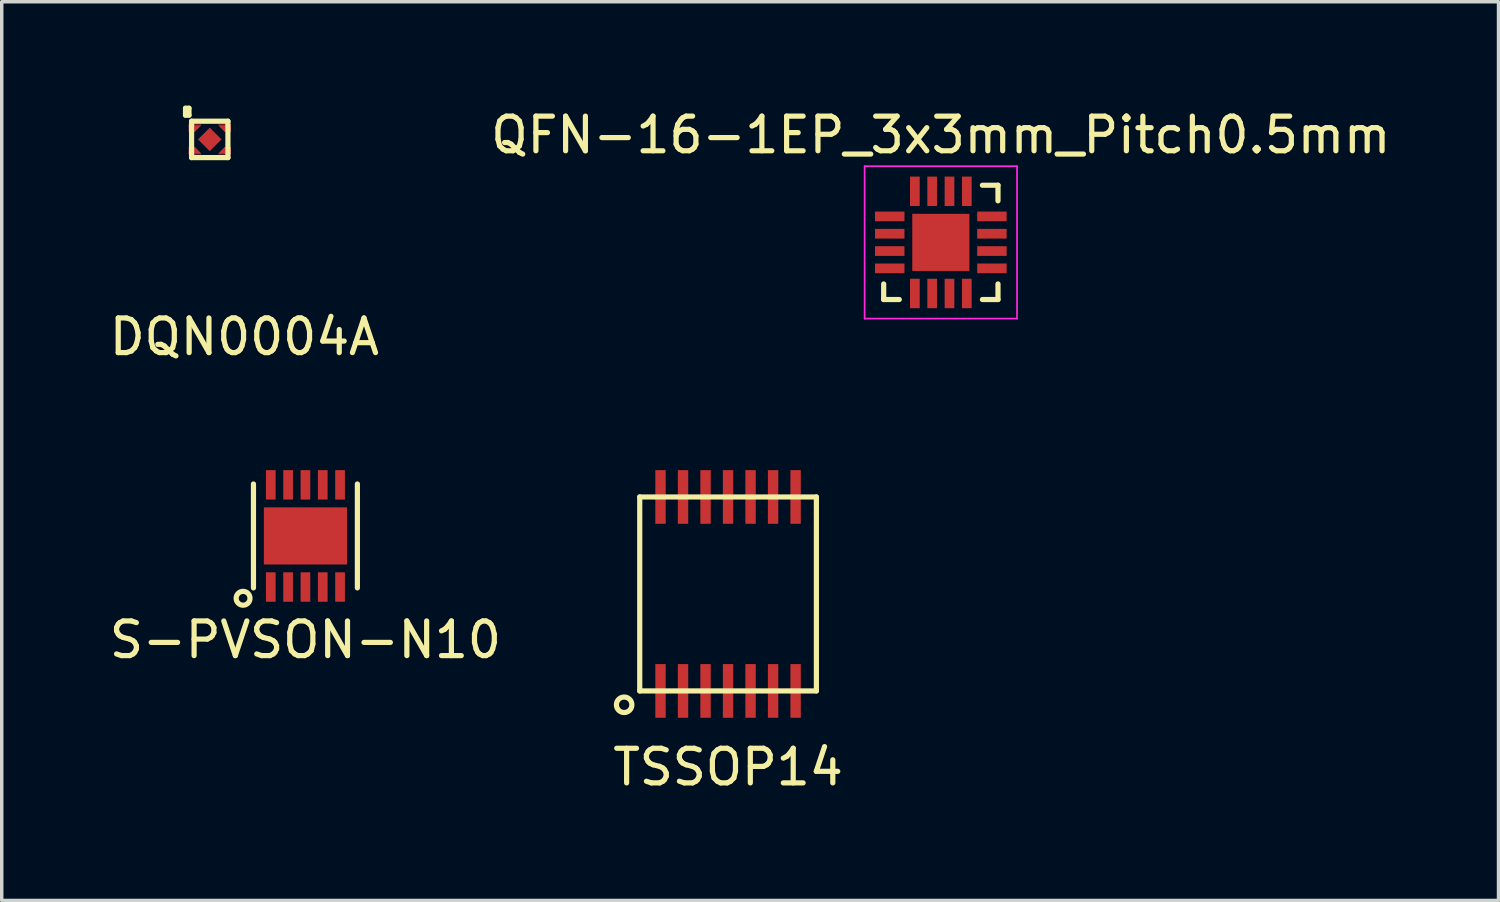
<source format=kicad_pcb>
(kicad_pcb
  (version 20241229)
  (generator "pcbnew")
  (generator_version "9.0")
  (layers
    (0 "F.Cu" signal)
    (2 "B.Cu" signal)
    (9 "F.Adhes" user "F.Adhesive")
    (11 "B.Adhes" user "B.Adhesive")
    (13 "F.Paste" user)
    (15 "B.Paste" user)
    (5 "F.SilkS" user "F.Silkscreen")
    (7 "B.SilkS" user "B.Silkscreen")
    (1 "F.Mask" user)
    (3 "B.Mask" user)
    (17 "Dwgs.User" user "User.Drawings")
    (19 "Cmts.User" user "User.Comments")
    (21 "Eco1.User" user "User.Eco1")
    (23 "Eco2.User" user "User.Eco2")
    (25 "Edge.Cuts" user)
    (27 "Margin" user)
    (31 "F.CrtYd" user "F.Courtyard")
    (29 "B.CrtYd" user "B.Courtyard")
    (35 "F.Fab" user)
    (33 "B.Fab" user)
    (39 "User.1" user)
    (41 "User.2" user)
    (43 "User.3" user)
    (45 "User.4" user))
  (footprint "TSSOP14"
    (layer "F.Cu")
    (at 17.97 14.098)
    (property "Reference" "TSSOP14" (at 0 5 0) (layer "F.SilkS") (effects (font (size 1 1) (thickness 0.15))))
    (attr through_hole)
    (fp_line (start -2.55 -2.8) (end 2.55 -2.8) (stroke (width 0.15) (type solid)) (layer "F.SilkS"))
    (fp_line (start -2.55 2.8) (end -2.55 -2.8) (stroke (width 0.15) (type solid)) (layer "F.SilkS"))
    (fp_line (start 2.55 -2.8) (end 2.55 2.8) (stroke (width 0.15) (type solid)) (layer "F.SilkS"))
    (fp_line (start 2.55 2.8) (end -2.55 2.8) (stroke (width 0.15) (type solid)) (layer "F.SilkS"))
    (fp_circle (center -3 3.2) (end -3.1 3.4) (stroke (width 0.15) (type solid)) (fill no) (layer "F.SilkS"))
    (pad "1" smd rect (at -1.95 2.8) (size 0.3 1.55) (layers "F.Cu" "F.Mask" "F.Paste"))
    (pad "2" smd rect (at -1.3 2.8) (size 0.3 1.55) (layers "F.Cu" "F.Mask" "F.Paste"))
    (pad "3" smd rect (at -0.65 2.8) (size 0.3 1.55) (layers "F.Cu" "F.Mask" "F.Paste"))
    (pad "4" smd rect (at 0 2.8) (size 0.3 1.55) (layers "F.Cu" "F.Mask" "F.Paste"))
    (pad "5" smd rect (at 0.65 2.8) (size 0.3 1.55) (layers "F.Cu" "F.Mask" "F.Paste"))
    (pad "6" smd rect (at 1.3 2.8) (size 0.3 1.55) (layers "F.Cu" "F.Mask" "F.Paste"))
    (pad "7" smd rect (at 1.95 2.8) (size 0.3 1.55) (layers "F.Cu" "F.Mask" "F.Paste"))
    (pad "8" smd rect (at 1.95 -2.8) (size 0.3 1.55) (layers "F.Cu" "F.Mask" "F.Paste"))
    (pad "9" smd rect (at 1.3 -2.8) (size 0.3 1.55) (layers "F.Cu" "F.Mask" "F.Paste"))
    (pad "10" smd rect (at 0.65 -2.8) (size 0.3 1.55) (layers "F.Cu" "F.Mask" "F.Paste"))
    (pad "11" smd rect (at 0 -2.8) (size 0.3 1.55) (layers "F.Cu" "F.Mask" "F.Paste"))
    (pad "12" smd rect (at -0.65 -2.8) (size 0.3 1.55) (layers "F.Cu" "F.Mask" "F.Paste"))
    (pad "13" smd rect (at -1.3 -2.8) (size 0.3 1.55) (layers "F.Cu" "F.Mask" "F.Paste"))
    (pad "14" smd rect (at -1.95 -2.8) (size 0.3 1.55) (layers "F.Cu" "F.Mask" "F.Paste")))
  (footprint "S-PVSON-N10"
    (layer "F.Cu")
    (at 5.768 12.423)
    (property "Reference" "S-PVSON-N10" (at 0 3 0) (layer "F.SilkS") (effects (font (size 1 1) (thickness 0.15))))
    (attr through_hole)
    (fp_line (start -1.5 1.5) (end -1.5 -1.5) (stroke (width 0.15) (type solid)) (layer "F.SilkS"))
    (fp_line (start 1.5 -1.5) (end 1.5 1.5) (stroke (width 0.15) (type solid)) (layer "F.SilkS"))
    (fp_circle (center -1.8 1.8) (end -1.8 2) (stroke (width 0.15) (type solid)) (fill no) (layer "F.SilkS"))
    (pad "1" smd rect (at -1 1.475) (size 0.28 0.85) (layers "F.Cu" "F.Mask" "F.Paste"))
    (pad "2" smd rect (at -0.5 1.475) (size 0.28 0.85) (layers "F.Cu" "F.Mask" "F.Paste"))
    (pad "3" smd rect (at 0 1.475) (size 0.28 0.85) (layers "F.Cu" "F.Mask" "F.Paste"))
    (pad "4" smd rect (at 0.5 1.475) (size 0.28 0.85) (layers "F.Cu" "F.Mask" "F.Paste"))
    (pad "5" smd rect (at 1 1.475) (size 0.28 0.85) (layers "F.Cu" "F.Mask" "F.Paste"))
    (pad "6" smd rect (at 1 -1.475) (size 0.28 0.85) (layers "F.Cu" "F.Mask" "F.Paste"))
    (pad "7" smd rect (at 0.5 -1.475) (size 0.28 0.85) (layers "F.Cu" "F.Mask" "F.Paste"))
    (pad "8" smd rect (at 0 -1.475) (size 0.28 0.85) (layers "F.Cu" "F.Mask" "F.Paste"))
    (pad "9" smd rect (at -0.5 -1.475) (size 0.28 0.85) (layers "F.Cu" "F.Mask" "F.Paste"))
    (pad "10" smd rect (at -1 -1.475) (size 0.28 0.85) (layers "F.Cu" "F.Mask" "F.Paste"))
    (pad "11" smd rect (at 0 0) (size 2.4 1.65) (layers "F.Cu" "F.Mask" "F.Paste")))
  (footprint "QFN-16-1EP_3x3mm_Pitch0.5mm"
    (layer "F.Cu")
    (at 24.113 3.948)
    (property "Reference" "QFN-16-1EP_3x3mm_Pitch0.5mm" (at 0 -3.1 0) (layer "F.SilkS") (effects (font (size 1 1) (thickness 0.15))))
    (attr smd)
    (fp_line (start -1.65 1.65) (end -1.65 1.2) (stroke (width 0.15) (type solid)) (layer "F.SilkS"))
    (fp_line (start -1.65 1.65) (end -1.2 1.65) (stroke (width 0.15) (type solid)) (layer "F.SilkS"))
    (fp_line (start 1.65 -1.65) (end 1.2 -1.65) (stroke (width 0.15) (type solid)) (layer "F.SilkS"))
    (fp_line (start 1.65 -1.65) (end 1.65 -1.2) (stroke (width 0.15) (type solid)) (layer "F.SilkS"))
    (fp_line (start 1.65 1.65) (end 1.2 1.65) (stroke (width 0.15) (type solid)) (layer "F.SilkS"))
    (fp_line (start 1.65 1.65) (end 1.65 1.2) (stroke (width 0.15) (type solid)) (layer "F.SilkS"))
    (fp_line (start -2.2 -2.2) (end -2.2 2.2) (stroke (width 0.05) (type solid)) (layer "F.CrtYd"))
    (fp_line (start -2.2 -2.2) (end 2.2 -2.2) (stroke (width 0.05) (type solid)) (layer "F.CrtYd"))
    (fp_line (start -2.2 2.2) (end 2.2 2.2) (stroke (width 0.05) (type solid)) (layer "F.CrtYd"))
    (fp_line (start 2.2 -2.2) (end 2.2 2.2) (stroke (width 0.05) (type solid)) (layer "F.CrtYd"))
    (pad "1" smd rect (at -1.475 -0.75) (size 0.85 0.28) (layers "F.Cu" "F.Mask" "F.Paste"))
    (pad "2" smd rect (at -1.475 -0.25) (size 0.85 0.28) (layers "F.Cu" "F.Mask" "F.Paste"))
    (pad "3" smd rect (at -1.475 0.25) (size 0.85 0.28) (layers "F.Cu" "F.Mask" "F.Paste"))
    (pad "4" smd rect (at -1.475 0.75) (size 0.85 0.28) (layers "F.Cu" "F.Mask" "F.Paste"))
    (pad "5" smd rect (at -0.75 1.475 90) (size 0.85 0.28) (layers "F.Cu" "F.Mask" "F.Paste"))
    (pad "6" smd rect (at -0.25 1.475 90) (size 0.85 0.28) (layers "F.Cu" "F.Mask" "F.Paste"))
    (pad "7" smd rect (at 0.25 1.475 90) (size 0.85 0.28) (layers "F.Cu" "F.Mask" "F.Paste"))
    (pad "8" smd rect (at 0.75 1.475 90) (size 0.85 0.28) (layers "F.Cu" "F.Mask" "F.Paste"))
    (pad "9" smd rect (at 1.475 0.75) (size 0.85 0.28) (layers "F.Cu" "F.Mask" "F.Paste"))
    (pad "10" smd rect (at 1.475 0.25) (size 0.85 0.28) (layers "F.Cu" "F.Mask" "F.Paste"))
    (pad "11" smd rect (at 1.475 -0.25) (size 0.85 0.28) (layers "F.Cu" "F.Mask" "F.Paste"))
    (pad "12" smd rect (at 1.475 -0.75) (size 0.85 0.28) (layers "F.Cu" "F.Mask" "F.Paste"))
    (pad "13" smd rect (at 0.75 -1.475 90) (size 0.85 0.28) (layers "F.Cu" "F.Mask" "F.Paste"))
    (pad "14" smd rect (at 0.25 -1.475 90) (size 0.85 0.28) (layers "F.Cu" "F.Mask" "F.Paste"))
    (pad "15" smd rect (at -0.25 -1.475 90) (size 0.85 0.28) (layers "F.Cu" "F.Mask" "F.Paste"))
    (pad "16" smd rect (at -0.75 -1.475 90) (size 0.85 0.28) (layers "F.Cu" "F.Mask" "F.Paste"))
    (pad "17" smd rect (at 0 0) (size 1.65 1.65) (layers "F.Cu" "F.Mask" "F.Paste")))
  (footprint "DQN0004A"
    (layer "F.Cu")
    (at 3.006 0.975)
    (property "Reference" "DQN0004A" (at 1 5.7 0) (layer "F.SilkS") (effects (font (size 1 1) (thickness 0.15))))
    (attr through_hole)
    (fp_line (start -0.7 -0.9) (end -0.7 -0.7) (stroke (width 0.15) (type solid)) (layer "F.SilkS"))
    (fp_line (start -0.7 -0.7) (end -0.6 -0.7) (stroke (width 0.15) (type solid)) (layer "F.SilkS"))
    (fp_line (start -0.6 -0.9) (end -0.7 -0.9) (stroke (width 0.15) (type solid)) (layer "F.SilkS"))
    (fp_line (start -0.6 -0.7) (end -0.6 -0.9) (stroke (width 0.15) (type solid)) (layer "F.SilkS"))
    (fp_line (start -0.525 -0.525) (end 0.525 -0.525) (stroke (width 0.15) (type solid)) (layer "F.SilkS"))
    (fp_line (start -0.525 0.525) (end -0.525 -0.525) (stroke (width 0.15) (type solid)) (layer "F.SilkS"))
    (fp_line (start 0.525 -0.525) (end 0.525 0.525) (stroke (width 0.15) (type solid)) (layer "F.SilkS"))
    (fp_line (start 0.525 0.525) (end -0.525 0.525) (stroke (width 0.15) (type solid)) (layer "F.SilkS"))
    (pad "1" smd rect (at -0.52 -0.325) (size 0.18 0.21) (layers "F.Cu" "F.Mask" "F.Paste"))
    (pad "1" smd rect (at -0.43 -0.415 180) (size 0.36 0.03) (layers "F.Cu" "F.Mask" "F.Paste"))
    (pad "1" smd trapezoid (at -0.43 -0.31 180) (size 0.18 0.18) (rect_delta 0 0.175) (layers "F.Cu" "F.Mask" "F.Paste"))
    (pad "2" smd rect (at -0.52 0.325) (size 0.18 0.21) (layers "F.Cu" "F.Mask" "F.Paste"))
    (pad "2" smd trapezoid (at -0.43 0.31) (size 0.18 0.18) (rect_delta 0 0.175) (layers "F.Cu" "F.Mask" "F.Paste"))
    (pad "2" smd rect (at -0.43 0.415 180) (size 0.36 0.03) (layers "F.Cu" "F.Mask" "F.Paste"))
    (pad "3" smd trapezoid (at 0.43 0.31) (size 0.18 0.18) (rect_delta 0 0.175) (layers "F.Cu" "F.Mask" "F.Paste"))
    (pad "3" smd rect (at 0.43 0.415 180) (size 0.36 0.03) (layers "F.Cu" "F.Mask" "F.Paste"))
    (pad "3" smd rect (at 0.52 0.325) (size 0.18 0.21) (layers "F.Cu" "F.Mask" "F.Paste"))
    (pad "4" smd rect (at 0.43 -0.415 180) (size 0.36 0.03) (layers "F.Cu" "F.Mask" "F.Paste"))
    (pad "4" smd trapezoid (at 0.43 -0.31 180) (size 0.18 0.18) (rect_delta 0 0.175) (layers "F.Cu" "F.Mask" "F.Paste"))
    (pad "4" smd rect (at 0.52 -0.325) (size 0.18 0.21) (layers "F.Cu" "F.Mask" "F.Paste"))
    (pad "5" smd rect (at 0 0 45) (size 0.48 0.48) (layers "F.Cu" "F.Mask" "F.Paste")))
  (gr_rect
    (start -3 -3)
    (end 40.214 22.947)
    (stroke (width 0.1) (type default))
    (fill no)
    (layer "Edge.Cuts")))
</source>
